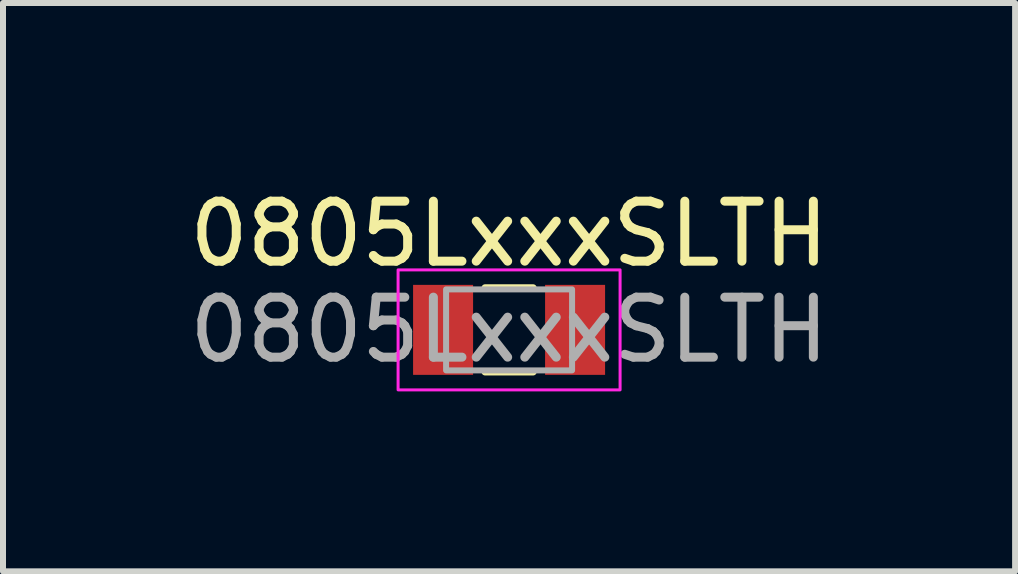
<source format=kicad_pcb>
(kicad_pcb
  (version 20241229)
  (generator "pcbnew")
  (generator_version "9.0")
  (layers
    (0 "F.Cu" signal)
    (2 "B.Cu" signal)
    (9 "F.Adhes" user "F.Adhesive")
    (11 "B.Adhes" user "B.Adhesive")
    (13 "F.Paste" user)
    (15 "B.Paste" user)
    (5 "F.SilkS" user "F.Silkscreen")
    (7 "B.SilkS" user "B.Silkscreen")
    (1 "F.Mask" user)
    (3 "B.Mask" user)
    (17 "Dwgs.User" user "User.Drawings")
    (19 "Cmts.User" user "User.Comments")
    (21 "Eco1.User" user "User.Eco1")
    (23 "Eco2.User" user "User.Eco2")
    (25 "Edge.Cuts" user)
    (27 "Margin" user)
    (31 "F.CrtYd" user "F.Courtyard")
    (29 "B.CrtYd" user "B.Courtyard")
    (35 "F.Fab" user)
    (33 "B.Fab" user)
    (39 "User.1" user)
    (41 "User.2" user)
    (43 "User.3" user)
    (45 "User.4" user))
  (footprint "0805LxxxSLTH"
    (layer "F.Cu")
    (at 5.435 2.448)
    (property "Reference" "0805LxxxSLTH" (at 0 -1.6 0) (unlocked yes) (layer "F.SilkS") (effects (font (size 1 1) (thickness 0.15))))
    (attr smd)
    (fp_line (start -0.4 -0.7) (end 0.4 -0.7) (stroke (width 0.12) (type default)) (layer "F.SilkS"))
    (fp_line (start -0.4 0.7) (end 0.4 0.7) (stroke (width 0.12) (type default)) (layer "F.SilkS"))
    (fp_rect (start -1.85 -1) (end 1.85 1) (stroke (width 0.05) (type default)) (fill no) (layer "F.CrtYd"))
    (fp_rect (start -1.05 -0.675) (end 1.05 0.675) (stroke (width 0.1) (type default)) (fill no) (layer "F.Fab"))
    (fp_text user "${REFERENCE}" (at 0 0 0) (unlocked yes) (layer "F.Fab") (effects (font (size 1 1) (thickness 0.15))))
    (pad "1" smd rect (at -1.1 0 180) (size 1 1.5) (layers "F.Cu" "F.Mask" "F.Paste"))
    (pad "2" smd rect (at 1.1 0 180) (size 1 1.5) (layers "F.Cu" "F.Mask" "F.Paste")))
  (gr_rect
    (start -3 -3)
    (end 13.869 6.473)
    (stroke (width 0.1) (type default))
    (fill no)
    (layer "Edge.Cuts")))
</source>
